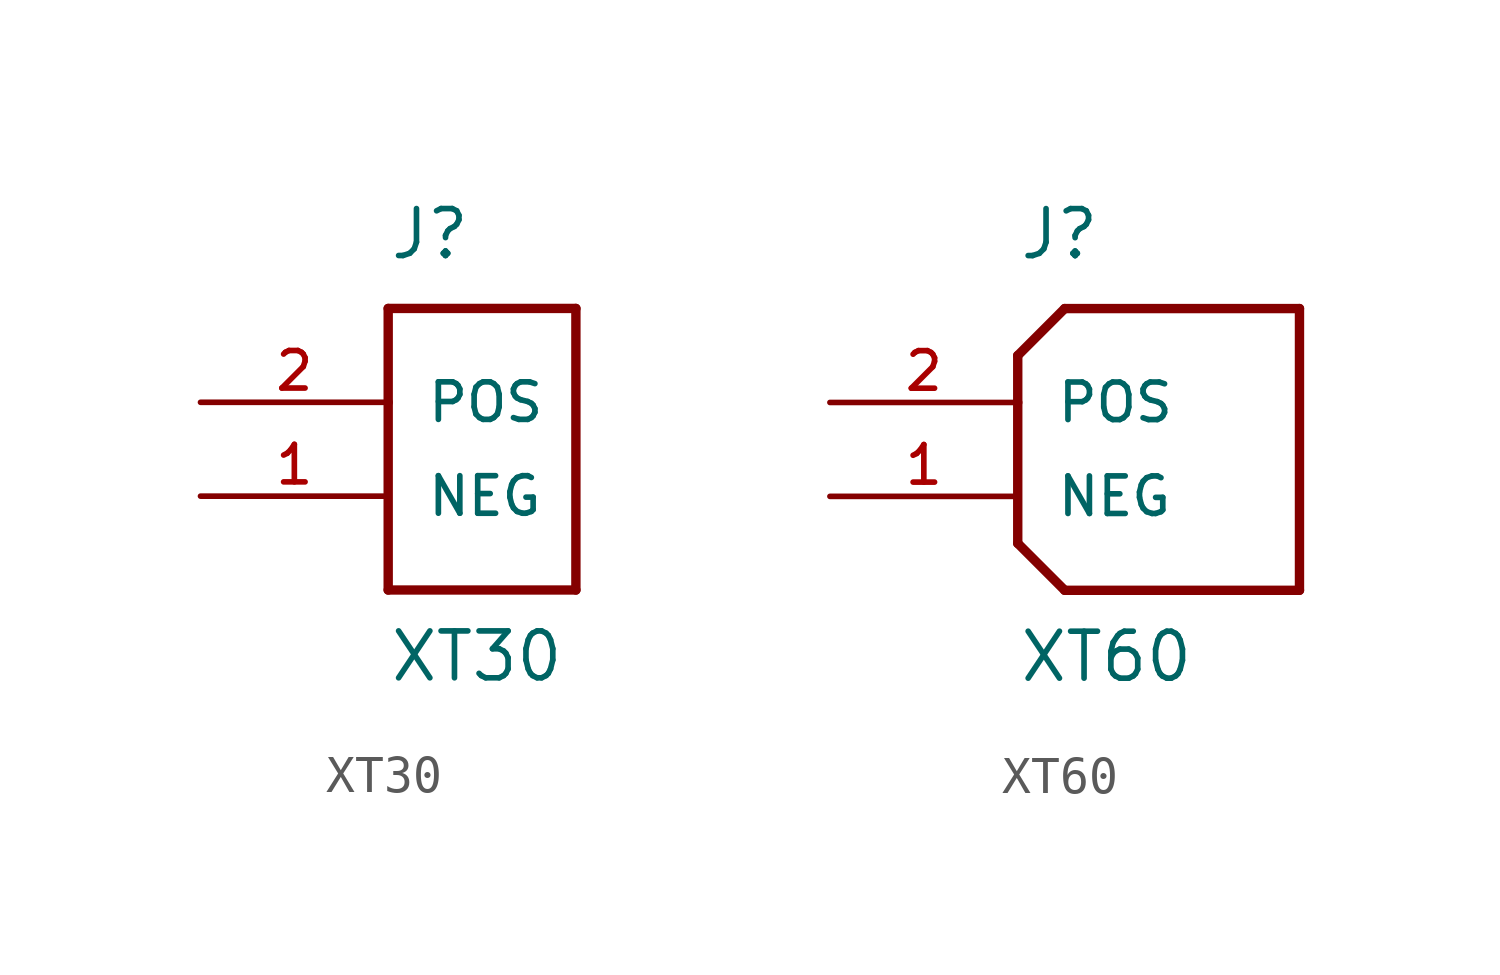
<source format=kicad_sym>
(kicad_symbol_lib
  (version 20220914)
  (generator kicad_symbol_editor)
  (symbol "XT30"
    (pin_names
      (offset 1.016))
    (property "Reference" "J"
      (at 0 5.08 0)
      (effects (font (size 1.27 1.27)) (justify left bottom)))
    (property "Value" "XT30"
      (at 0 -6.35 0)
      (effects (font (size 1.27 1.27)) (justify left bottom)))
    (symbol "XT30_0_0"
      (polyline (pts (xy 0 -3.81) (xy 5.08 -3.81)) (stroke (width 0.254) (type default)) (fill (type none)))
      (polyline (pts (xy 0 1.27) (xy 0 -3.81)) (stroke (width 0.254) (type default)) (fill (type none)))
      (polyline (pts (xy 0 3.81) (xy 0 1.27)) (stroke (width 0.254) (type default)) (fill (type none)))
      (polyline (pts (xy 5.08 3.81) (xy 0 3.81)) (stroke (width 0.254) (type default)) (fill (type none))))
    (symbol "XT30_1_0"
      (polyline (pts (xy 5.08 -3.81) (xy 5.08 3.81)) (stroke (width 0.254) (type default)) (fill (type none)))
      (pin passive line (at -5.08 -1.27 0) (length 5.08) (name "NEG" (effects (font (size 1.016 1.016)))) (number "1" (effects (font (size 1.016 1.016)))))
      (pin passive line (at -5.08 1.27 0) (length 5.08) (name "POS" (effects (font (size 1.016 1.016)))) (number "2" (effects (font (size 1.016 1.016)))))))
  (symbol "XT60"
    (pin_names
      (offset 1.016))
    (property "Reference" "J"
      (at 0 6.35 0)
      (effects (font (size 1.27 1.27)) (justify left bottom)))
    (property "Value" "XT60"
      (at 0 -5.08 0)
      (effects (font (size 1.27 1.27)) (justify left bottom)))
    (symbol "XT60_0_0"
      (polyline (pts (xy 0 -1.27) (xy 1.27 -2.54)) (stroke (width 0.254) (type default)) (fill (type none)))
      (polyline (pts (xy 0 2.54) (xy 0 -1.27)) (stroke (width 0.254) (type default)) (fill (type none)))
      (polyline (pts (xy 0 3.81) (xy 0 2.54)) (stroke (width 0.254) (type default)) (fill (type none)))
      (polyline (pts (xy 0 3.81) (xy 1.27 5.08)) (stroke (width 0.254) (type default)) (fill (type none)))
      (polyline (pts (xy 1.27 -2.54) (xy 7.62 -2.54)) (stroke (width 0.254) (type default)) (fill (type none)))
      (polyline (pts (xy 7.62 -2.54) (xy 7.62 5.08)) (stroke (width 0.254) (type default)) (fill (type none)))
      (polyline (pts (xy 7.62 5.08) (xy 1.27 5.08)) (stroke (width 0.254) (type default)) (fill (type none))))
    (symbol "XT60_1_0"
      (pin passive line (at -5.08 0 0) (length 5.08) (name "NEG" (effects (font (size 1.016 1.016)))) (number "1" (effects (font (size 1.016 1.016)))))
      (pin passive line (at -5.08 2.54 0) (length 5.08) (name "POS" (effects (font (size 1.016 1.016)))) (number "2" (effects (font (size 1.016 1.016))))))))
</source>
